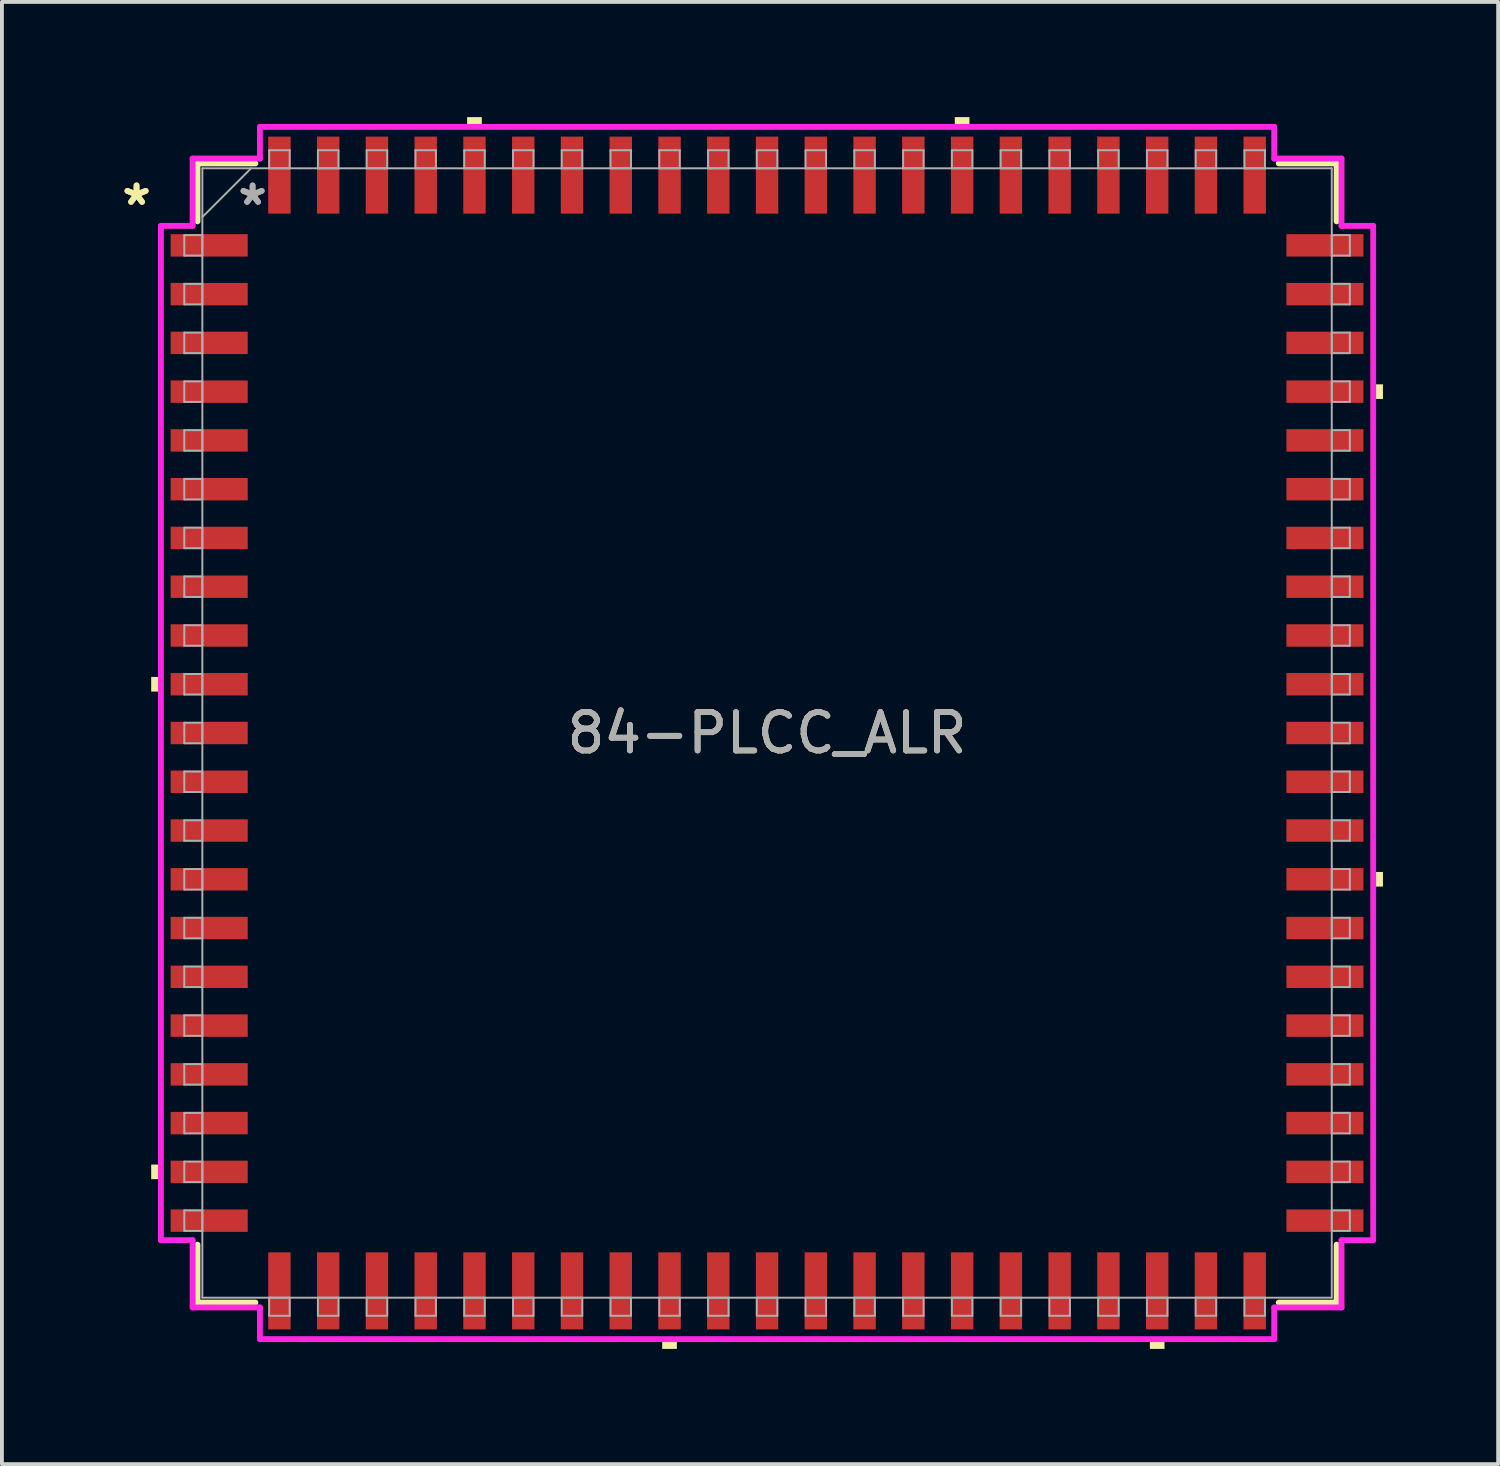
<source format=kicad_pcb>
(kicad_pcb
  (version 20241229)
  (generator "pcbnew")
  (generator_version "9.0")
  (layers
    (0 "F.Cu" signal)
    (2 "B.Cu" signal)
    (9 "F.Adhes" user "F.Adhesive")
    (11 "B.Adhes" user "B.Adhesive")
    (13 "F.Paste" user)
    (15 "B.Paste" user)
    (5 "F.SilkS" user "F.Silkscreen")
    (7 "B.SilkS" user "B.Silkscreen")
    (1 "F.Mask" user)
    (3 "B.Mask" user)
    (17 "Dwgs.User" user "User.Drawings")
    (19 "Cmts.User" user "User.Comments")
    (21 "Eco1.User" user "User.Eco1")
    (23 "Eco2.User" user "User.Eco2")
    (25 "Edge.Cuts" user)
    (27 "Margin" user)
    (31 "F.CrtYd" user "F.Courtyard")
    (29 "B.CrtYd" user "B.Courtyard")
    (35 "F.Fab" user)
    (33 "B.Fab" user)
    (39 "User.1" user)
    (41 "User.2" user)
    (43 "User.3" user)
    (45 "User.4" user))
  (footprint "84-PLCC_ALR"
    (layer "F.Cu")
    (at 16.927 16.04)
    (property "Reference" "84-PLCC_ALR" (at 0 0 0) (unlocked yes) (layer "F.SilkS") (effects (font (size 1 1) (thickness 0.15))))
    (attr smd)
    (fp_line (start -14.834 -14.834) (end -14.834 -13.325) (stroke (width 0.152) (type solid)) (layer "F.SilkS"))
    (fp_line (start -14.834 13.325) (end -14.834 14.834) (stroke (width 0.152) (type solid)) (layer "F.SilkS"))
    (fp_line (start -14.834 14.834) (end -13.325 14.834) (stroke (width 0.152) (type solid)) (layer "F.SilkS"))
    (fp_line (start -13.325 -14.834) (end -14.834 -14.834) (stroke (width 0.152) (type solid)) (layer "F.SilkS"))
    (fp_line (start 13.325 14.834) (end 14.834 14.834) (stroke (width 0.152) (type solid)) (layer "F.SilkS"))
    (fp_line (start 14.834 -14.834) (end 13.325 -14.834) (stroke (width 0.152) (type solid)) (layer "F.SilkS"))
    (fp_line (start 14.834 -13.325) (end 14.834 -14.834) (stroke (width 0.152) (type solid)) (layer "F.SilkS"))
    (fp_line (start 14.834 14.834) (end 14.834 13.325) (stroke (width 0.152) (type solid)) (layer "F.SilkS"))
    (fp_poly (pts (xy -16.04 -1.46) (xy -16.04 -1.079) (xy -15.786 -1.079) (xy -15.786 -1.46)) (stroke (width 0) (type solid)) (fill yes) (layer "F.SilkS"))
    (fp_poly (pts (xy -16.04 11.239) (xy -16.04 11.62) (xy -15.786 11.62) (xy -15.786 11.239)) (stroke (width 0) (type solid)) (fill yes) (layer "F.SilkS"))
    (fp_poly (pts (xy -7.811 -15.786) (xy -7.811 -16.04) (xy -7.429 -16.04) (xy -7.429 -15.786)) (stroke (width 0) (type solid)) (fill yes) (layer "F.SilkS"))
    (fp_poly (pts (xy -2.731 15.786) (xy -2.731 16.04) (xy -2.349 16.04) (xy -2.349 15.786)) (stroke (width 0) (type solid)) (fill yes) (layer "F.SilkS"))
    (fp_poly (pts (xy 4.889 -15.786) (xy 4.889 -16.04) (xy 5.271 -16.04) (xy 5.271 -15.786)) (stroke (width 0) (type solid)) (fill yes) (layer "F.SilkS"))
    (fp_poly (pts (xy 9.97 15.786) (xy 9.97 16.04) (xy 10.351 16.04) (xy 10.351 15.786)) (stroke (width 0) (type solid)) (fill yes) (layer "F.SilkS"))
    (fp_poly (pts (xy 16.04 -9.081) (xy 16.04 -8.7) (xy 15.786 -8.7) (xy 15.786 -9.081)) (stroke (width 0) (type solid)) (fill yes) (layer "F.SilkS"))
    (fp_poly (pts (xy 16.04 3.619) (xy 16.04 4) (xy 15.786 4) (xy 15.786 3.619)) (stroke (width 0) (type solid)) (fill yes) (layer "F.SilkS"))
    (fp_line (start -15.786 -13.208) (end -14.961 -13.208) (stroke (width 0.152) (type solid)) (layer "F.CrtYd"))
    (fp_line (start -15.786 13.208) (end -15.786 -13.208) (stroke (width 0.152) (type solid)) (layer "F.CrtYd"))
    (fp_line (start -15.786 13.208) (end -14.961 13.208) (stroke (width 0.152) (type solid)) (layer "F.CrtYd"))
    (fp_line (start -14.961 -14.961) (end -13.208 -14.961) (stroke (width 0.152) (type solid)) (layer "F.CrtYd"))
    (fp_line (start -14.961 -13.208) (end -14.961 -14.961) (stroke (width 0.152) (type solid)) (layer "F.CrtYd"))
    (fp_line (start -14.961 14.961) (end -14.961 13.208) (stroke (width 0.152) (type solid)) (layer "F.CrtYd"))
    (fp_line (start -13.208 -15.786) (end 13.208 -15.786) (stroke (width 0.152) (type solid)) (layer "F.CrtYd"))
    (fp_line (start -13.208 -14.961) (end -13.208 -15.786) (stroke (width 0.152) (type solid)) (layer "F.CrtYd"))
    (fp_line (start -13.208 14.961) (end -14.961 14.961) (stroke (width 0.152) (type solid)) (layer "F.CrtYd"))
    (fp_line (start -13.208 15.786) (end -13.208 14.961) (stroke (width 0.152) (type solid)) (layer "F.CrtYd"))
    (fp_line (start 13.208 -15.786) (end 13.208 -14.961) (stroke (width 0.152) (type solid)) (layer "F.CrtYd"))
    (fp_line (start 13.208 -14.961) (end 14.961 -14.961) (stroke (width 0.152) (type solid)) (layer "F.CrtYd"))
    (fp_line (start 13.208 14.961) (end 13.208 15.786) (stroke (width 0.152) (type solid)) (layer "F.CrtYd"))
    (fp_line (start 13.208 15.786) (end -13.208 15.786) (stroke (width 0.152) (type solid)) (layer "F.CrtYd"))
    (fp_line (start 14.961 -14.961) (end 14.961 -13.208) (stroke (width 0.152) (type solid)) (layer "F.CrtYd"))
    (fp_line (start 14.961 -13.208) (end 15.786 -13.208) (stroke (width 0.152) (type solid)) (layer "F.CrtYd"))
    (fp_line (start 14.961 13.208) (end 14.961 14.961) (stroke (width 0.152) (type solid)) (layer "F.CrtYd"))
    (fp_line (start 14.961 14.961) (end 13.208 14.961) (stroke (width 0.152) (type solid)) (layer "F.CrtYd"))
    (fp_line (start 15.786 -13.208) (end 15.786 13.208) (stroke (width 0.152) (type solid)) (layer "F.CrtYd"))
    (fp_line (start 15.786 13.208) (end 14.961 13.208) (stroke (width 0.152) (type solid)) (layer "F.CrtYd"))
    (fp_line (start -15.177 -12.967) (end -15.177 -12.433) (stroke (width 0.051) (type solid)) (layer "F.Fab"))
    (fp_line (start -15.177 -12.433) (end -14.707 -12.433) (stroke (width 0.051) (type solid)) (layer "F.Fab"))
    (fp_line (start -15.177 -11.697) (end -15.177 -11.163) (stroke (width 0.051) (type solid)) (layer "F.Fab"))
    (fp_line (start -15.177 -11.163) (end -14.707 -11.163) (stroke (width 0.051) (type solid)) (layer "F.Fab"))
    (fp_line (start -15.177 -10.427) (end -15.177 -9.893) (stroke (width 0.051) (type solid)) (layer "F.Fab"))
    (fp_line (start -15.177 -9.893) (end -14.707 -9.893) (stroke (width 0.051) (type solid)) (layer "F.Fab"))
    (fp_line (start -15.177 -9.157) (end -15.177 -8.623) (stroke (width 0.051) (type solid)) (layer "F.Fab"))
    (fp_line (start -15.177 -8.623) (end -14.707 -8.623) (stroke (width 0.051) (type solid)) (layer "F.Fab"))
    (fp_line (start -15.177 -7.887) (end -15.177 -7.353) (stroke (width 0.051) (type solid)) (layer "F.Fab"))
    (fp_line (start -15.177 -7.353) (end -14.707 -7.353) (stroke (width 0.051) (type solid)) (layer "F.Fab"))
    (fp_line (start -15.177 -6.617) (end -15.177 -6.083) (stroke (width 0.051) (type solid)) (layer "F.Fab"))
    (fp_line (start -15.177 -6.083) (end -14.707 -6.083) (stroke (width 0.051) (type solid)) (layer "F.Fab"))
    (fp_line (start -15.177 -5.347) (end -15.177 -4.813) (stroke (width 0.051) (type solid)) (layer "F.Fab"))
    (fp_line (start -15.177 -4.813) (end -14.707 -4.813) (stroke (width 0.051) (type solid)) (layer "F.Fab"))
    (fp_line (start -15.177 -4.077) (end -15.177 -3.543) (stroke (width 0.051) (type solid)) (layer "F.Fab"))
    (fp_line (start -15.177 -3.543) (end -14.707 -3.543) (stroke (width 0.051) (type solid)) (layer "F.Fab"))
    (fp_line (start -15.177 -2.807) (end -15.177 -2.273) (stroke (width 0.051) (type solid)) (layer "F.Fab"))
    (fp_line (start -15.177 -2.273) (end -14.707 -2.273) (stroke (width 0.051) (type solid)) (layer "F.Fab"))
    (fp_line (start -15.177 -1.537) (end -15.177 -1.003) (stroke (width 0.051) (type solid)) (layer "F.Fab"))
    (fp_line (start -15.177 -1.003) (end -14.707 -1.003) (stroke (width 0.051) (type solid)) (layer "F.Fab"))
    (fp_line (start -15.177 -0.267) (end -15.177 0.267) (stroke (width 0.051) (type solid)) (layer "F.Fab"))
    (fp_line (start -15.177 0.267) (end -14.707 0.267) (stroke (width 0.051) (type solid)) (layer "F.Fab"))
    (fp_line (start -15.177 1.003) (end -15.177 1.537) (stroke (width 0.051) (type solid)) (layer "F.Fab"))
    (fp_line (start -15.177 1.537) (end -14.707 1.537) (stroke (width 0.051) (type solid)) (layer "F.Fab"))
    (fp_line (start -15.177 2.273) (end -15.177 2.807) (stroke (width 0.051) (type solid)) (layer "F.Fab"))
    (fp_line (start -15.177 2.807) (end -14.707 2.807) (stroke (width 0.051) (type solid)) (layer "F.Fab"))
    (fp_line (start -15.177 3.543) (end -15.177 4.077) (stroke (width 0.051) (type solid)) (layer "F.Fab"))
    (fp_line (start -15.177 4.077) (end -14.707 4.077) (stroke (width 0.051) (type solid)) (layer "F.Fab"))
    (fp_line (start -15.177 4.813) (end -15.177 5.347) (stroke (width 0.051) (type solid)) (layer "F.Fab"))
    (fp_line (start -15.177 5.347) (end -14.707 5.347) (stroke (width 0.051) (type solid)) (layer "F.Fab"))
    (fp_line (start -15.177 6.083) (end -15.177 6.617) (stroke (width 0.051) (type solid)) (layer "F.Fab"))
    (fp_line (start -15.177 6.617) (end -14.707 6.617) (stroke (width 0.051) (type solid)) (layer "F.Fab"))
    (fp_line (start -15.177 7.353) (end -15.177 7.887) (stroke (width 0.051) (type solid)) (layer "F.Fab"))
    (fp_line (start -15.177 7.887) (end -14.707 7.887) (stroke (width 0.051) (type solid)) (layer "F.Fab"))
    (fp_line (start -15.177 8.623) (end -15.177 9.157) (stroke (width 0.051) (type solid)) (layer "F.Fab"))
    (fp_line (start -15.177 9.157) (end -14.707 9.157) (stroke (width 0.051) (type solid)) (layer "F.Fab"))
    (fp_line (start -15.177 9.893) (end -15.177 10.427) (stroke (width 0.051) (type solid)) (layer "F.Fab"))
    (fp_line (start -15.177 10.427) (end -14.707 10.427) (stroke (width 0.051) (type solid)) (layer "F.Fab"))
    (fp_line (start -15.177 11.163) (end -15.177 11.697) (stroke (width 0.051) (type solid)) (layer "F.Fab"))
    (fp_line (start -15.177 11.697) (end -14.707 11.697) (stroke (width 0.051) (type solid)) (layer "F.Fab"))
    (fp_line (start -15.177 12.433) (end -15.177 12.967) (stroke (width 0.051) (type solid)) (layer "F.Fab"))
    (fp_line (start -15.177 12.967) (end -14.707 12.967) (stroke (width 0.051) (type solid)) (layer "F.Fab"))
    (fp_line (start -14.707 -14.707) (end -14.707 14.707) (stroke (width 0.051) (type solid)) (layer "F.Fab"))
    (fp_line (start -14.707 -13.437) (end -13.437 -14.707) (stroke (width 0.051) (type solid)) (layer "F.Fab"))
    (fp_line (start -14.707 -12.967) (end -15.177 -12.967) (stroke (width 0.051) (type solid)) (layer "F.Fab"))
    (fp_line (start -14.707 -12.433) (end -14.707 -12.967) (stroke (width 0.051) (type solid)) (layer "F.Fab"))
    (fp_line (start -14.707 -11.697) (end -15.177 -11.697) (stroke (width 0.051) (type solid)) (layer "F.Fab"))
    (fp_line (start -14.707 -11.163) (end -14.707 -11.697) (stroke (width 0.051) (type solid)) (layer "F.Fab"))
    (fp_line (start -14.707 -10.427) (end -15.177 -10.427) (stroke (width 0.051) (type solid)) (layer "F.Fab"))
    (fp_line (start -14.707 -9.893) (end -14.707 -10.427) (stroke (width 0.051) (type solid)) (layer "F.Fab"))
    (fp_line (start -14.707 -9.157) (end -15.177 -9.157) (stroke (width 0.051) (type solid)) (layer "F.Fab"))
    (fp_line (start -14.707 -8.623) (end -14.707 -9.157) (stroke (width 0.051) (type solid)) (layer "F.Fab"))
    (fp_line (start -14.707 -7.887) (end -15.177 -7.887) (stroke (width 0.051) (type solid)) (layer "F.Fab"))
    (fp_line (start -14.707 -7.353) (end -14.707 -7.887) (stroke (width 0.051) (type solid)) (layer "F.Fab"))
    (fp_line (start -14.707 -6.617) (end -15.177 -6.617) (stroke (width 0.051) (type solid)) (layer "F.Fab"))
    (fp_line (start -14.707 -6.083) (end -14.707 -6.617) (stroke (width 0.051) (type solid)) (layer "F.Fab"))
    (fp_line (start -14.707 -5.347) (end -15.177 -5.347) (stroke (width 0.051) (type solid)) (layer "F.Fab"))
    (fp_line (start -14.707 -4.813) (end -14.707 -5.347) (stroke (width 0.051) (type solid)) (layer "F.Fab"))
    (fp_line (start -14.707 -4.077) (end -15.177 -4.077) (stroke (width 0.051) (type solid)) (layer "F.Fab"))
    (fp_line (start -14.707 -3.543) (end -14.707 -4.077) (stroke (width 0.051) (type solid)) (layer "F.Fab"))
    (fp_line (start -14.707 -2.807) (end -15.177 -2.807) (stroke (width 0.051) (type solid)) (layer "F.Fab"))
    (fp_line (start -14.707 -2.273) (end -14.707 -2.807) (stroke (width 0.051) (type solid)) (layer "F.Fab"))
    (fp_line (start -14.707 -1.537) (end -15.177 -1.537) (stroke (width 0.051) (type solid)) (layer "F.Fab"))
    (fp_line (start -14.707 -1.003) (end -14.707 -1.537) (stroke (width 0.051) (type solid)) (layer "F.Fab"))
    (fp_line (start -14.707 -0.267) (end -15.177 -0.267) (stroke (width 0.051) (type solid)) (layer "F.Fab"))
    (fp_line (start -14.707 0.267) (end -14.707 -0.267) (stroke (width 0.051) (type solid)) (layer "F.Fab"))
    (fp_line (start -14.707 1.003) (end -15.177 1.003) (stroke (width 0.051) (type solid)) (layer "F.Fab"))
    (fp_line (start -14.707 1.537) (end -14.707 1.003) (stroke (width 0.051) (type solid)) (layer "F.Fab"))
    (fp_line (start -14.707 2.273) (end -15.177 2.273) (stroke (width 0.051) (type solid)) (layer "F.Fab"))
    (fp_line (start -14.707 2.807) (end -14.707 2.273) (stroke (width 0.051) (type solid)) (layer "F.Fab"))
    (fp_line (start -14.707 3.543) (end -15.177 3.543) (stroke (width 0.051) (type solid)) (layer "F.Fab"))
    (fp_line (start -14.707 4.077) (end -14.707 3.543) (stroke (width 0.051) (type solid)) (layer "F.Fab"))
    (fp_line (start -14.707 4.813) (end -15.177 4.813) (stroke (width 0.051) (type solid)) (layer "F.Fab"))
    (fp_line (start -14.707 5.347) (end -14.707 4.813) (stroke (width 0.051) (type solid)) (layer "F.Fab"))
    (fp_line (start -14.707 6.083) (end -15.177 6.083) (stroke (width 0.051) (type solid)) (layer "F.Fab"))
    (fp_line (start -14.707 6.617) (end -14.707 6.083) (stroke (width 0.051) (type solid)) (layer "F.Fab"))
    (fp_line (start -14.707 7.353) (end -15.177 7.353) (stroke (width 0.051) (type solid)) (layer "F.Fab"))
    (fp_line (start -14.707 7.887) (end -14.707 7.353) (stroke (width 0.051) (type solid)) (layer "F.Fab"))
    (fp_line (start -14.707 8.623) (end -15.177 8.623) (stroke (width 0.051) (type solid)) (layer "F.Fab"))
    (fp_line (start -14.707 9.157) (end -14.707 8.623) (stroke (width 0.051) (type solid)) (layer "F.Fab"))
    (fp_line (start -14.707 9.893) (end -15.177 9.893) (stroke (width 0.051) (type solid)) (layer "F.Fab"))
    (fp_line (start -14.707 10.427) (end -14.707 9.893) (stroke (width 0.051) (type solid)) (layer "F.Fab"))
    (fp_line (start -14.707 11.163) (end -15.177 11.163) (stroke (width 0.051) (type solid)) (layer "F.Fab"))
    (fp_line (start -14.707 11.697) (end -14.707 11.163) (stroke (width 0.051) (type solid)) (layer "F.Fab"))
    (fp_line (start -14.707 12.433) (end -15.177 12.433) (stroke (width 0.051) (type solid)) (layer "F.Fab"))
    (fp_line (start -14.707 12.967) (end -14.707 12.433) (stroke (width 0.051) (type solid)) (layer "F.Fab"))
    (fp_line (start -14.707 14.707) (end 14.707 14.707) (stroke (width 0.051) (type solid)) (layer "F.Fab"))
    (fp_line (start -12.967 -15.177) (end -12.967 -14.707) (stroke (width 0.051) (type solid)) (layer "F.Fab"))
    (fp_line (start -12.967 -14.707) (end -12.433 -14.707) (stroke (width 0.051) (type solid)) (layer "F.Fab"))
    (fp_line (start -12.967 14.707) (end -12.967 15.177) (stroke (width 0.051) (type solid)) (layer "F.Fab"))
    (fp_line (start -12.967 15.177) (end -12.433 15.177) (stroke (width 0.051) (type solid)) (layer "F.Fab"))
    (fp_line (start -12.433 -15.177) (end -12.967 -15.177) (stroke (width 0.051) (type solid)) (layer "F.Fab"))
    (fp_line (start -12.433 -14.707) (end -12.433 -15.177) (stroke (width 0.051) (type solid)) (layer "F.Fab"))
    (fp_line (start -12.433 14.707) (end -12.967 14.707) (stroke (width 0.051) (type solid)) (layer "F.Fab"))
    (fp_line (start -12.433 15.177) (end -12.433 14.707) (stroke (width 0.051) (type solid)) (layer "F.Fab"))
    (fp_line (start -11.697 -15.177) (end -11.697 -14.707) (stroke (width 0.051) (type solid)) (layer "F.Fab"))
    (fp_line (start -11.697 -14.707) (end -11.163 -14.707) (stroke (width 0.051) (type solid)) (layer "F.Fab"))
    (fp_line (start -11.697 14.707) (end -11.697 15.177) (stroke (width 0.051) (type solid)) (layer "F.Fab"))
    (fp_line (start -11.697 15.177) (end -11.163 15.177) (stroke (width 0.051) (type solid)) (layer "F.Fab"))
    (fp_line (start -11.163 -15.177) (end -11.697 -15.177) (stroke (width 0.051) (type solid)) (layer "F.Fab"))
    (fp_line (start -11.163 -14.707) (end -11.163 -15.177) (stroke (width 0.051) (type solid)) (layer "F.Fab"))
    (fp_line (start -11.163 14.707) (end -11.697 14.707) (stroke (width 0.051) (type solid)) (layer "F.Fab"))
    (fp_line (start -11.163 15.177) (end -11.163 14.707) (stroke (width 0.051) (type solid)) (layer "F.Fab"))
    (fp_line (start -10.427 -15.177) (end -10.427 -14.707) (stroke (width 0.051) (type solid)) (layer "F.Fab"))
    (fp_line (start -10.427 -14.707) (end -9.893 -14.707) (stroke (width 0.051) (type solid)) (layer "F.Fab"))
    (fp_line (start -10.427 14.707) (end -10.427 15.177) (stroke (width 0.051) (type solid)) (layer "F.Fab"))
    (fp_line (start -10.427 15.177) (end -9.893 15.177) (stroke (width 0.051) (type solid)) (layer "F.Fab"))
    (fp_line (start -9.893 -15.177) (end -10.427 -15.177) (stroke (width 0.051) (type solid)) (layer "F.Fab"))
    (fp_line (start -9.893 -14.707) (end -9.893 -15.177) (stroke (width 0.051) (type solid)) (layer "F.Fab"))
    (fp_line (start -9.893 14.707) (end -10.427 14.707) (stroke (width 0.051) (type solid)) (layer "F.Fab"))
    (fp_line (start -9.893 15.177) (end -9.893 14.707) (stroke (width 0.051) (type solid)) (layer "F.Fab"))
    (fp_line (start -9.157 -15.177) (end -9.157 -14.707) (stroke (width 0.051) (type solid)) (layer "F.Fab"))
    (fp_line (start -9.157 -14.707) (end -8.623 -14.707) (stroke (width 0.051) (type solid)) (layer "F.Fab"))
    (fp_line (start -9.157 14.707) (end -9.157 15.177) (stroke (width 0.051) (type solid)) (layer "F.Fab"))
    (fp_line (start -9.157 15.177) (end -8.623 15.177) (stroke (width 0.051) (type solid)) (layer "F.Fab"))
    (fp_line (start -8.623 -15.177) (end -9.157 -15.177) (stroke (width 0.051) (type solid)) (layer "F.Fab"))
    (fp_line (start -8.623 -14.707) (end -8.623 -15.177) (stroke (width 0.051) (type solid)) (layer "F.Fab"))
    (fp_line (start -8.623 14.707) (end -9.157 14.707) (stroke (width 0.051) (type solid)) (layer "F.Fab"))
    (fp_line (start -8.623 15.177) (end -8.623 14.707) (stroke (width 0.051) (type solid)) (layer "F.Fab"))
    (fp_line (start -7.887 -15.177) (end -7.887 -14.707) (stroke (width 0.051) (type solid)) (layer "F.Fab"))
    (fp_line (start -7.887 -14.707) (end -7.353 -14.707) (stroke (width 0.051) (type solid)) (layer "F.Fab"))
    (fp_line (start -7.887 14.707) (end -7.887 15.177) (stroke (width 0.051) (type solid)) (layer "F.Fab"))
    (fp_line (start -7.887 15.177) (end -7.353 15.177) (stroke (width 0.051) (type solid)) (layer "F.Fab"))
    (fp_line (start -7.353 -15.177) (end -7.887 -15.177) (stroke (width 0.051) (type solid)) (layer "F.Fab"))
    (fp_line (start -7.353 -14.707) (end -7.353 -15.177) (stroke (width 0.051) (type solid)) (layer "F.Fab"))
    (fp_line (start -7.353 14.707) (end -7.887 14.707) (stroke (width 0.051) (type solid)) (layer "F.Fab"))
    (fp_line (start -7.353 15.177) (end -7.353 14.707) (stroke (width 0.051) (type solid)) (layer "F.Fab"))
    (fp_line (start -6.617 -15.177) (end -6.617 -14.707) (stroke (width 0.051) (type solid)) (layer "F.Fab"))
    (fp_line (start -6.617 -14.707) (end -6.083 -14.707) (stroke (width 0.051) (type solid)) (layer "F.Fab"))
    (fp_line (start -6.617 14.707) (end -6.617 15.177) (stroke (width 0.051) (type solid)) (layer "F.Fab"))
    (fp_line (start -6.617 15.177) (end -6.083 15.177) (stroke (width 0.051) (type solid)) (layer "F.Fab"))
    (fp_line (start -6.083 -15.177) (end -6.617 -15.177) (stroke (width 0.051) (type solid)) (layer "F.Fab"))
    (fp_line (start -6.083 -14.707) (end -6.083 -15.177) (stroke (width 0.051) (type solid)) (layer "F.Fab"))
    (fp_line (start -6.083 14.707) (end -6.617 14.707) (stroke (width 0.051) (type solid)) (layer "F.Fab"))
    (fp_line (start -6.083 15.177) (end -6.083 14.707) (stroke (width 0.051) (type solid)) (layer "F.Fab"))
    (fp_line (start -5.347 -15.177) (end -5.347 -14.707) (stroke (width 0.051) (type solid)) (layer "F.Fab"))
    (fp_line (start -5.347 -14.707) (end -4.813 -14.707) (stroke (width 0.051) (type solid)) (layer "F.Fab"))
    (fp_line (start -5.347 14.707) (end -5.347 15.177) (stroke (width 0.051) (type solid)) (layer "F.Fab"))
    (fp_line (start -5.347 15.177) (end -4.813 15.177) (stroke (width 0.051) (type solid)) (layer "F.Fab"))
    (fp_line (start -4.813 -15.177) (end -5.347 -15.177) (stroke (width 0.051) (type solid)) (layer "F.Fab"))
    (fp_line (start -4.813 -14.707) (end -4.813 -15.177) (stroke (width 0.051) (type solid)) (layer "F.Fab"))
    (fp_line (start -4.813 14.707) (end -5.347 14.707) (stroke (width 0.051) (type solid)) (layer "F.Fab"))
    (fp_line (start -4.813 15.177) (end -4.813 14.707) (stroke (width 0.051) (type solid)) (layer "F.Fab"))
    (fp_line (start -4.077 -15.177) (end -4.077 -14.707) (stroke (width 0.051) (type solid)) (layer "F.Fab"))
    (fp_line (start -4.077 -14.707) (end -3.543 -14.707) (stroke (width 0.051) (type solid)) (layer "F.Fab"))
    (fp_line (start -4.077 14.707) (end -4.077 15.177) (stroke (width 0.051) (type solid)) (layer "F.Fab"))
    (fp_line (start -4.077 15.177) (end -3.543 15.177) (stroke (width 0.051) (type solid)) (layer "F.Fab"))
    (fp_line (start -3.543 -15.177) (end -4.077 -15.177) (stroke (width 0.051) (type solid)) (layer "F.Fab"))
    (fp_line (start -3.543 -14.707) (end -3.543 -15.177) (stroke (width 0.051) (type solid)) (layer "F.Fab"))
    (fp_line (start -3.543 14.707) (end -4.077 14.707) (stroke (width 0.051) (type solid)) (layer "F.Fab"))
    (fp_line (start -3.543 15.177) (end -3.543 14.707) (stroke (width 0.051) (type solid)) (layer "F.Fab"))
    (fp_line (start -2.807 -15.177) (end -2.807 -14.707) (stroke (width 0.051) (type solid)) (layer "F.Fab"))
    (fp_line (start -2.807 -14.707) (end -2.273 -14.707) (stroke (width 0.051) (type solid)) (layer "F.Fab"))
    (fp_line (start -2.807 14.707) (end -2.807 15.177) (stroke (width 0.051) (type solid)) (layer "F.Fab"))
    (fp_line (start -2.807 15.177) (end -2.273 15.177) (stroke (width 0.051) (type solid)) (layer "F.Fab"))
    (fp_line (start -2.273 -15.177) (end -2.807 -15.177) (stroke (width 0.051) (type solid)) (layer "F.Fab"))
    (fp_line (start -2.273 -14.707) (end -2.273 -15.177) (stroke (width 0.051) (type solid)) (layer "F.Fab"))
    (fp_line (start -2.273 14.707) (end -2.807 14.707) (stroke (width 0.051) (type solid)) (layer "F.Fab"))
    (fp_line (start -2.273 15.177) (end -2.273 14.707) (stroke (width 0.051) (type solid)) (layer "F.Fab"))
    (fp_line (start -1.537 -15.177) (end -1.537 -14.707) (stroke (width 0.051) (type solid)) (layer "F.Fab"))
    (fp_line (start -1.537 -14.707) (end -1.003 -14.707) (stroke (width 0.051) (type solid)) (layer "F.Fab"))
    (fp_line (start -1.537 14.707) (end -1.537 15.177) (stroke (width 0.051) (type solid)) (layer "F.Fab"))
    (fp_line (start -1.537 15.177) (end -1.003 15.177) (stroke (width 0.051) (type solid)) (layer "F.Fab"))
    (fp_line (start -1.003 -15.177) (end -1.537 -15.177) (stroke (width 0.051) (type solid)) (layer "F.Fab"))
    (fp_line (start -1.003 -14.707) (end -1.003 -15.177) (stroke (width 0.051) (type solid)) (layer "F.Fab"))
    (fp_line (start -1.003 14.707) (end -1.537 14.707) (stroke (width 0.051) (type solid)) (layer "F.Fab"))
    (fp_line (start -1.003 15.177) (end -1.003 14.707) (stroke (width 0.051) (type solid)) (layer "F.Fab"))
    (fp_line (start -0.267 -15.177) (end -0.267 -14.707) (stroke (width 0.051) (type solid)) (layer "F.Fab"))
    (fp_line (start -0.267 -14.707) (end 0.267 -14.707) (stroke (width 0.051) (type solid)) (layer "F.Fab"))
    (fp_line (start -0.267 14.707) (end -0.267 15.177) (stroke (width 0.051) (type solid)) (layer "F.Fab"))
    (fp_line (start -0.267 15.177) (end 0.267 15.177) (stroke (width 0.051) (type solid)) (layer "F.Fab"))
    (fp_line (start 0.267 -15.177) (end -0.267 -15.177) (stroke (width 0.051) (type solid)) (layer "F.Fab"))
    (fp_line (start 0.267 -14.707) (end 0.267 -15.177) (stroke (width 0.051) (type solid)) (layer "F.Fab"))
    (fp_line (start 0.267 14.707) (end -0.267 14.707) (stroke (width 0.051) (type solid)) (layer "F.Fab"))
    (fp_line (start 0.267 15.177) (end 0.267 14.707) (stroke (width 0.051) (type solid)) (layer "F.Fab"))
    (fp_line (start 1.003 -15.177) (end 1.003 -14.707) (stroke (width 0.051) (type solid)) (layer "F.Fab"))
    (fp_line (start 1.003 -14.707) (end 1.537 -14.707) (stroke (width 0.051) (type solid)) (layer "F.Fab"))
    (fp_line (start 1.003 14.707) (end 1.003 15.177) (stroke (width 0.051) (type solid)) (layer "F.Fab"))
    (fp_line (start 1.003 15.177) (end 1.537 15.177) (stroke (width 0.051) (type solid)) (layer "F.Fab"))
    (fp_line (start 1.537 -15.177) (end 1.003 -15.177) (stroke (width 0.051) (type solid)) (layer "F.Fab"))
    (fp_line (start 1.537 -14.707) (end 1.537 -15.177) (stroke (width 0.051) (type solid)) (layer "F.Fab"))
    (fp_line (start 1.537 14.707) (end 1.003 14.707) (stroke (width 0.051) (type solid)) (layer "F.Fab"))
    (fp_line (start 1.537 15.177) (end 1.537 14.707) (stroke (width 0.051) (type solid)) (layer "F.Fab"))
    (fp_line (start 2.273 -15.177) (end 2.273 -14.707) (stroke (width 0.051) (type solid)) (layer "F.Fab"))
    (fp_line (start 2.273 -14.707) (end 2.807 -14.707) (stroke (width 0.051) (type solid)) (layer "F.Fab"))
    (fp_line (start 2.273 14.707) (end 2.273 15.177) (stroke (width 0.051) (type solid)) (layer "F.Fab"))
    (fp_line (start 2.273 15.177) (end 2.807 15.177) (stroke (width 0.051) (type solid)) (layer "F.Fab"))
    (fp_line (start 2.807 -15.177) (end 2.273 -15.177) (stroke (width 0.051) (type solid)) (layer "F.Fab"))
    (fp_line (start 2.807 -14.707) (end 2.807 -15.177) (stroke (width 0.051) (type solid)) (layer "F.Fab"))
    (fp_line (start 2.807 14.707) (end 2.273 14.707) (stroke (width 0.051) (type solid)) (layer "F.Fab"))
    (fp_line (start 2.807 15.177) (end 2.807 14.707) (stroke (width 0.051) (type solid)) (layer "F.Fab"))
    (fp_line (start 3.543 -15.177) (end 3.543 -14.707) (stroke (width 0.051) (type solid)) (layer "F.Fab"))
    (fp_line (start 3.543 -14.707) (end 4.077 -14.707) (stroke (width 0.051) (type solid)) (layer "F.Fab"))
    (fp_line (start 3.543 14.707) (end 3.543 15.177) (stroke (width 0.051) (type solid)) (layer "F.Fab"))
    (fp_line (start 3.543 15.177) (end 4.077 15.177) (stroke (width 0.051) (type solid)) (layer "F.Fab"))
    (fp_line (start 4.077 -15.177) (end 3.543 -15.177) (stroke (width 0.051) (type solid)) (layer "F.Fab"))
    (fp_line (start 4.077 -14.707) (end 4.077 -15.177) (stroke (width 0.051) (type solid)) (layer "F.Fab"))
    (fp_line (start 4.077 14.707) (end 3.543 14.707) (stroke (width 0.051) (type solid)) (layer "F.Fab"))
    (fp_line (start 4.077 15.177) (end 4.077 14.707) (stroke (width 0.051) (type solid)) (layer "F.Fab"))
    (fp_line (start 4.813 -15.177) (end 4.813 -14.707) (stroke (width 0.051) (type solid)) (layer "F.Fab"))
    (fp_line (start 4.813 -14.707) (end 5.347 -14.707) (stroke (width 0.051) (type solid)) (layer "F.Fab"))
    (fp_line (start 4.813 14.707) (end 4.813 15.177) (stroke (width 0.051) (type solid)) (layer "F.Fab"))
    (fp_line (start 4.813 15.177) (end 5.347 15.177) (stroke (width 0.051) (type solid)) (layer "F.Fab"))
    (fp_line (start 5.347 -15.177) (end 4.813 -15.177) (stroke (width 0.051) (type solid)) (layer "F.Fab"))
    (fp_line (start 5.347 -14.707) (end 5.347 -15.177) (stroke (width 0.051) (type solid)) (layer "F.Fab"))
    (fp_line (start 5.347 14.707) (end 4.813 14.707) (stroke (width 0.051) (type solid)) (layer "F.Fab"))
    (fp_line (start 5.347 15.177) (end 5.347 14.707) (stroke (width 0.051) (type solid)) (layer "F.Fab"))
    (fp_line (start 6.083 -15.177) (end 6.083 -14.707) (stroke (width 0.051) (type solid)) (layer "F.Fab"))
    (fp_line (start 6.083 -14.707) (end 6.617 -14.707) (stroke (width 0.051) (type solid)) (layer "F.Fab"))
    (fp_line (start 6.083 14.707) (end 6.083 15.177) (stroke (width 0.051) (type solid)) (layer "F.Fab"))
    (fp_line (start 6.083 15.177) (end 6.617 15.177) (stroke (width 0.051) (type solid)) (layer "F.Fab"))
    (fp_line (start 6.617 -15.177) (end 6.083 -15.177) (stroke (width 0.051) (type solid)) (layer "F.Fab"))
    (fp_line (start 6.617 -14.707) (end 6.617 -15.177) (stroke (width 0.051) (type solid)) (layer "F.Fab"))
    (fp_line (start 6.617 14.707) (end 6.083 14.707) (stroke (width 0.051) (type solid)) (layer "F.Fab"))
    (fp_line (start 6.617 15.177) (end 6.617 14.707) (stroke (width 0.051) (type solid)) (layer "F.Fab"))
    (fp_line (start 7.353 -15.177) (end 7.353 -14.707) (stroke (width 0.051) (type solid)) (layer "F.Fab"))
    (fp_line (start 7.353 -14.707) (end 7.887 -14.707) (stroke (width 0.051) (type solid)) (layer "F.Fab"))
    (fp_line (start 7.353 14.707) (end 7.353 15.177) (stroke (width 0.051) (type solid)) (layer "F.Fab"))
    (fp_line (start 7.353 15.177) (end 7.887 15.177) (stroke (width 0.051) (type solid)) (layer "F.Fab"))
    (fp_line (start 7.887 -15.177) (end 7.353 -15.177) (stroke (width 0.051) (type solid)) (layer "F.Fab"))
    (fp_line (start 7.887 -14.707) (end 7.887 -15.177) (stroke (width 0.051) (type solid)) (layer "F.Fab"))
    (fp_line (start 7.887 14.707) (end 7.353 14.707) (stroke (width 0.051) (type solid)) (layer "F.Fab"))
    (fp_line (start 7.887 15.177) (end 7.887 14.707) (stroke (width 0.051) (type solid)) (layer "F.Fab"))
    (fp_line (start 8.623 -15.177) (end 8.623 -14.707) (stroke (width 0.051) (type solid)) (layer "F.Fab"))
    (fp_line (start 8.623 -14.707) (end 9.157 -14.707) (stroke (width 0.051) (type solid)) (layer "F.Fab"))
    (fp_line (start 8.623 14.707) (end 8.623 15.177) (stroke (width 0.051) (type solid)) (layer "F.Fab"))
    (fp_line (start 8.623 15.177) (end 9.157 15.177) (stroke (width 0.051) (type solid)) (layer "F.Fab"))
    (fp_line (start 9.157 -15.177) (end 8.623 -15.177) (stroke (width 0.051) (type solid)) (layer "F.Fab"))
    (fp_line (start 9.157 -14.707) (end 9.157 -15.177) (stroke (width 0.051) (type solid)) (layer "F.Fab"))
    (fp_line (start 9.157 14.707) (end 8.623 14.707) (stroke (width 0.051) (type solid)) (layer "F.Fab"))
    (fp_line (start 9.157 15.177) (end 9.157 14.707) (stroke (width 0.051) (type solid)) (layer "F.Fab"))
    (fp_line (start 9.893 -15.177) (end 9.893 -14.707) (stroke (width 0.051) (type solid)) (layer "F.Fab"))
    (fp_line (start 9.893 -14.707) (end 10.427 -14.707) (stroke (width 0.051) (type solid)) (layer "F.Fab"))
    (fp_line (start 9.893 14.707) (end 9.893 15.177) (stroke (width 0.051) (type solid)) (layer "F.Fab"))
    (fp_line (start 9.893 15.177) (end 10.427 15.177) (stroke (width 0.051) (type solid)) (layer "F.Fab"))
    (fp_line (start 10.427 -15.177) (end 9.893 -15.177) (stroke (width 0.051) (type solid)) (layer "F.Fab"))
    (fp_line (start 10.427 -14.707) (end 10.427 -15.177) (stroke (width 0.051) (type solid)) (layer "F.Fab"))
    (fp_line (start 10.427 14.707) (end 9.893 14.707) (stroke (width 0.051) (type solid)) (layer "F.Fab"))
    (fp_line (start 10.427 15.177) (end 10.427 14.707) (stroke (width 0.051) (type solid)) (layer "F.Fab"))
    (fp_line (start 11.163 -15.177) (end 11.163 -14.707) (stroke (width 0.051) (type solid)) (layer "F.Fab"))
    (fp_line (start 11.163 -14.707) (end 11.697 -14.707) (stroke (width 0.051) (type solid)) (layer "F.Fab"))
    (fp_line (start 11.163 14.707) (end 11.163 15.177) (stroke (width 0.051) (type solid)) (layer "F.Fab"))
    (fp_line (start 11.163 15.177) (end 11.697 15.177) (stroke (width 0.051) (type solid)) (layer "F.Fab"))
    (fp_line (start 11.697 -15.177) (end 11.163 -15.177) (stroke (width 0.051) (type solid)) (layer "F.Fab"))
    (fp_line (start 11.697 -14.707) (end 11.697 -15.177) (stroke (width 0.051) (type solid)) (layer "F.Fab"))
    (fp_line (start 11.697 14.707) (end 11.163 14.707) (stroke (width 0.051) (type solid)) (layer "F.Fab"))
    (fp_line (start 11.697 15.177) (end 11.697 14.707) (stroke (width 0.051) (type solid)) (layer "F.Fab"))
    (fp_line (start 12.433 -15.177) (end 12.433 -14.707) (stroke (width 0.051) (type solid)) (layer "F.Fab"))
    (fp_line (start 12.433 -14.707) (end 12.967 -14.707) (stroke (width 0.051) (type solid)) (layer "F.Fab"))
    (fp_line (start 12.433 14.707) (end 12.433 15.177) (stroke (width 0.051) (type solid)) (layer "F.Fab"))
    (fp_line (start 12.433 15.177) (end 12.967 15.177) (stroke (width 0.051) (type solid)) (layer "F.Fab"))
    (fp_line (start 12.967 -15.177) (end 12.433 -15.177) (stroke (width 0.051) (type solid)) (layer "F.Fab"))
    (fp_line (start 12.967 -14.707) (end 12.967 -15.177) (stroke (width 0.051) (type solid)) (layer "F.Fab"))
    (fp_line (start 12.967 14.707) (end 12.433 14.707) (stroke (width 0.051) (type solid)) (layer "F.Fab"))
    (fp_line (start 12.967 15.177) (end 12.967 14.707) (stroke (width 0.051) (type solid)) (layer "F.Fab"))
    (fp_line (start 14.707 -14.707) (end -14.707 -14.707) (stroke (width 0.051) (type solid)) (layer "F.Fab"))
    (fp_line (start 14.707 -12.967) (end 14.707 -12.433) (stroke (width 0.051) (type solid)) (layer "F.Fab"))
    (fp_line (start 14.707 -12.433) (end 15.177 -12.433) (stroke (width 0.051) (type solid)) (layer "F.Fab"))
    (fp_line (start 14.707 -11.697) (end 14.707 -11.163) (stroke (width 0.051) (type solid)) (layer "F.Fab"))
    (fp_line (start 14.707 -11.163) (end 15.177 -11.163) (stroke (width 0.051) (type solid)) (layer "F.Fab"))
    (fp_line (start 14.707 -10.427) (end 14.707 -9.893) (stroke (width 0.051) (type solid)) (layer "F.Fab"))
    (fp_line (start 14.707 -9.893) (end 15.177 -9.893) (stroke (width 0.051) (type solid)) (layer "F.Fab"))
    (fp_line (start 14.707 -9.157) (end 14.707 -8.623) (stroke (width 0.051) (type solid)) (layer "F.Fab"))
    (fp_line (start 14.707 -8.623) (end 15.177 -8.623) (stroke (width 0.051) (type solid)) (layer "F.Fab"))
    (fp_line (start 14.707 -7.887) (end 14.707 -7.353) (stroke (width 0.051) (type solid)) (layer "F.Fab"))
    (fp_line (start 14.707 -7.353) (end 15.177 -7.353) (stroke (width 0.051) (type solid)) (layer "F.Fab"))
    (fp_line (start 14.707 -6.617) (end 14.707 -6.083) (stroke (width 0.051) (type solid)) (layer "F.Fab"))
    (fp_line (start 14.707 -6.083) (end 15.177 -6.083) (stroke (width 0.051) (type solid)) (layer "F.Fab"))
    (fp_line (start 14.707 -5.347) (end 14.707 -4.813) (stroke (width 0.051) (type solid)) (layer "F.Fab"))
    (fp_line (start 14.707 -4.813) (end 15.177 -4.813) (stroke (width 0.051) (type solid)) (layer "F.Fab"))
    (fp_line (start 14.707 -4.077) (end 14.707 -3.543) (stroke (width 0.051) (type solid)) (layer "F.Fab"))
    (fp_line (start 14.707 -3.543) (end 15.177 -3.543) (stroke (width 0.051) (type solid)) (layer "F.Fab"))
    (fp_line (start 14.707 -2.807) (end 14.707 -2.273) (stroke (width 0.051) (type solid)) (layer "F.Fab"))
    (fp_line (start 14.707 -2.273) (end 15.177 -2.273) (stroke (width 0.051) (type solid)) (layer "F.Fab"))
    (fp_line (start 14.707 -1.537) (end 14.707 -1.003) (stroke (width 0.051) (type solid)) (layer "F.Fab"))
    (fp_line (start 14.707 -1.003) (end 15.177 -1.003) (stroke (width 0.051) (type solid)) (layer "F.Fab"))
    (fp_line (start 14.707 -0.267) (end 14.707 0.267) (stroke (width 0.051) (type solid)) (layer "F.Fab"))
    (fp_line (start 14.707 0.267) (end 15.177 0.267) (stroke (width 0.051) (type solid)) (layer "F.Fab"))
    (fp_line (start 14.707 1.003) (end 14.707 1.537) (stroke (width 0.051) (type solid)) (layer "F.Fab"))
    (fp_line (start 14.707 1.537) (end 15.177 1.537) (stroke (width 0.051) (type solid)) (layer "F.Fab"))
    (fp_line (start 14.707 2.273) (end 14.707 2.807) (stroke (width 0.051) (type solid)) (layer "F.Fab"))
    (fp_line (start 14.707 2.807) (end 15.177 2.807) (stroke (width 0.051) (type solid)) (layer "F.Fab"))
    (fp_line (start 14.707 3.543) (end 14.707 4.077) (stroke (width 0.051) (type solid)) (layer "F.Fab"))
    (fp_line (start 14.707 4.077) (end 15.177 4.077) (stroke (width 0.051) (type solid)) (layer "F.Fab"))
    (fp_line (start 14.707 4.813) (end 14.707 5.347) (stroke (width 0.051) (type solid)) (layer "F.Fab"))
    (fp_line (start 14.707 5.347) (end 15.177 5.347) (stroke (width 0.051) (type solid)) (layer "F.Fab"))
    (fp_line (start 14.707 6.083) (end 14.707 6.617) (stroke (width 0.051) (type solid)) (layer "F.Fab"))
    (fp_line (start 14.707 6.617) (end 15.177 6.617) (stroke (width 0.051) (type solid)) (layer "F.Fab"))
    (fp_line (start 14.707 7.353) (end 14.707 7.887) (stroke (width 0.051) (type solid)) (layer "F.Fab"))
    (fp_line (start 14.707 7.887) (end 15.177 7.887) (stroke (width 0.051) (type solid)) (layer "F.Fab"))
    (fp_line (start 14.707 8.623) (end 14.707 9.157) (stroke (width 0.051) (type solid)) (layer "F.Fab"))
    (fp_line (start 14.707 9.157) (end 15.177 9.157) (stroke (width 0.051) (type solid)) (layer "F.Fab"))
    (fp_line (start 14.707 9.893) (end 14.707 10.427) (stroke (width 0.051) (type solid)) (layer "F.Fab"))
    (fp_line (start 14.707 10.427) (end 15.177 10.427) (stroke (width 0.051) (type solid)) (layer "F.Fab"))
    (fp_line (start 14.707 11.163) (end 14.707 11.697) (stroke (width 0.051) (type solid)) (layer "F.Fab"))
    (fp_line (start 14.707 11.697) (end 15.177 11.697) (stroke (width 0.051) (type solid)) (layer "F.Fab"))
    (fp_line (start 14.707 12.433) (end 14.707 12.967) (stroke (width 0.051) (type solid)) (layer "F.Fab"))
    (fp_line (start 14.707 12.967) (end 15.177 12.967) (stroke (width 0.051) (type solid)) (layer "F.Fab"))
    (fp_line (start 14.707 14.707) (end 14.707 -14.707) (stroke (width 0.051) (type solid)) (layer "F.Fab"))
    (fp_line (start 15.177 -12.967) (end 14.707 -12.967) (stroke (width 0.051) (type solid)) (layer "F.Fab"))
    (fp_line (start 15.177 -12.433) (end 15.177 -12.967) (stroke (width 0.051) (type solid)) (layer "F.Fab"))
    (fp_line (start 15.177 -11.697) (end 14.707 -11.697) (stroke (width 0.051) (type solid)) (layer "F.Fab"))
    (fp_line (start 15.177 -11.163) (end 15.177 -11.697) (stroke (width 0.051) (type solid)) (layer "F.Fab"))
    (fp_line (start 15.177 -10.427) (end 14.707 -10.427) (stroke (width 0.051) (type solid)) (layer "F.Fab"))
    (fp_line (start 15.177 -9.893) (end 15.177 -10.427) (stroke (width 0.051) (type solid)) (layer "F.Fab"))
    (fp_line (start 15.177 -9.157) (end 14.707 -9.157) (stroke (width 0.051) (type solid)) (layer "F.Fab"))
    (fp_line (start 15.177 -8.623) (end 15.177 -9.157) (stroke (width 0.051) (type solid)) (layer "F.Fab"))
    (fp_line (start 15.177 -7.887) (end 14.707 -7.887) (stroke (width 0.051) (type solid)) (layer "F.Fab"))
    (fp_line (start 15.177 -7.353) (end 15.177 -7.887) (stroke (width 0.051) (type solid)) (layer "F.Fab"))
    (fp_line (start 15.177 -6.617) (end 14.707 -6.617) (stroke (width 0.051) (type solid)) (layer "F.Fab"))
    (fp_line (start 15.177 -6.083) (end 15.177 -6.617) (stroke (width 0.051) (type solid)) (layer "F.Fab"))
    (fp_line (start 15.177 -5.347) (end 14.707 -5.347) (stroke (width 0.051) (type solid)) (layer "F.Fab"))
    (fp_line (start 15.177 -4.813) (end 15.177 -5.347) (stroke (width 0.051) (type solid)) (layer "F.Fab"))
    (fp_line (start 15.177 -4.077) (end 14.707 -4.077) (stroke (width 0.051) (type solid)) (layer "F.Fab"))
    (fp_line (start 15.177 -3.543) (end 15.177 -4.077) (stroke (width 0.051) (type solid)) (layer "F.Fab"))
    (fp_line (start 15.177 -2.807) (end 14.707 -2.807) (stroke (width 0.051) (type solid)) (layer "F.Fab"))
    (fp_line (start 15.177 -2.273) (end 15.177 -2.807) (stroke (width 0.051) (type solid)) (layer "F.Fab"))
    (fp_line (start 15.177 -1.537) (end 14.707 -1.537) (stroke (width 0.051) (type solid)) (layer "F.Fab"))
    (fp_line (start 15.177 -1.003) (end 15.177 -1.537) (stroke (width 0.051) (type solid)) (layer "F.Fab"))
    (fp_line (start 15.177 -0.267) (end 14.707 -0.267) (stroke (width 0.051) (type solid)) (layer "F.Fab"))
    (fp_line (start 15.177 0.267) (end 15.177 -0.267) (stroke (width 0.051) (type solid)) (layer "F.Fab"))
    (fp_line (start 15.177 1.003) (end 14.707 1.003) (stroke (width 0.051) (type solid)) (layer "F.Fab"))
    (fp_line (start 15.177 1.537) (end 15.177 1.003) (stroke (width 0.051) (type solid)) (layer "F.Fab"))
    (fp_line (start 15.177 2.273) (end 14.707 2.273) (stroke (width 0.051) (type solid)) (layer "F.Fab"))
    (fp_line (start 15.177 2.807) (end 15.177 2.273) (stroke (width 0.051) (type solid)) (layer "F.Fab"))
    (fp_line (start 15.177 3.543) (end 14.707 3.543) (stroke (width 0.051) (type solid)) (layer "F.Fab"))
    (fp_line (start 15.177 4.077) (end 15.177 3.543) (stroke (width 0.051) (type solid)) (layer "F.Fab"))
    (fp_line (start 15.177 4.813) (end 14.707 4.813) (stroke (width 0.051) (type solid)) (layer "F.Fab"))
    (fp_line (start 15.177 5.347) (end 15.177 4.813) (stroke (width 0.051) (type solid)) (layer "F.Fab"))
    (fp_line (start 15.177 6.083) (end 14.707 6.083) (stroke (width 0.051) (type solid)) (layer "F.Fab"))
    (fp_line (start 15.177 6.617) (end 15.177 6.083) (stroke (width 0.051) (type solid)) (layer "F.Fab"))
    (fp_line (start 15.177 7.353) (end 14.707 7.353) (stroke (width 0.051) (type solid)) (layer "F.Fab"))
    (fp_line (start 15.177 7.887) (end 15.177 7.353) (stroke (width 0.051) (type solid)) (layer "F.Fab"))
    (fp_line (start 15.177 8.623) (end 14.707 8.623) (stroke (width 0.051) (type solid)) (layer "F.Fab"))
    (fp_line (start 15.177 9.157) (end 15.177 8.623) (stroke (width 0.051) (type solid)) (layer "F.Fab"))
    (fp_line (start 15.177 9.893) (end 14.707 9.893) (stroke (width 0.051) (type solid)) (layer "F.Fab"))
    (fp_line (start 15.177 10.427) (end 15.177 9.893) (stroke (width 0.051) (type solid)) (layer "F.Fab"))
    (fp_line (start 15.177 11.163) (end 14.707 11.163) (stroke (width 0.051) (type solid)) (layer "F.Fab"))
    (fp_line (start 15.177 11.697) (end 15.177 11.163) (stroke (width 0.051) (type solid)) (layer "F.Fab"))
    (fp_line (start 15.177 12.433) (end 14.707 12.433) (stroke (width 0.051) (type solid)) (layer "F.Fab"))
    (fp_line (start 15.177 12.967) (end 15.177 12.433) (stroke (width 0.051) (type solid)) (layer "F.Fab"))
    (fp_text user "*" (at -16.421 -13.716 0) (layer "F.SilkS") (effects (font (size 1 1) (thickness 0.15))))
    (fp_text user "*" (at -16.421 -13.716 0) (unlocked yes) (layer "F.SilkS") (effects (font (size 1 1) (thickness 0.15))))
    (fp_text user "*" (at -13.399 -13.716 0) (layer "F.Fab") (effects (font (size 1 1) (thickness 0.15))))
    (fp_text user "*" (at -13.399 -13.716 0) (unlocked yes) (layer "F.Fab") (effects (font (size 1 1) (thickness 0.15))))
    (fp_text user "${REFERENCE}" (at 0 0 0) (unlocked yes) (layer "F.Fab") (effects (font (size 1 1) (thickness 0.15))))
    (pad "1" smd rect (at -14.529 -12.7 90) (size 0.584 2.007) (layers "F.Cu" "F.Mask" "F.Paste"))
    (pad "2" smd rect (at -14.529 -11.43 90) (size 0.584 2.007) (layers "F.Cu" "F.Mask" "F.Paste"))
    (pad "3" smd rect (at -14.529 -10.16 90) (size 0.584 2.007) (layers "F.Cu" "F.Mask" "F.Paste"))
    (pad "4" smd rect (at -14.529 -8.89 90) (size 0.584 2.007) (layers "F.Cu" "F.Mask" "F.Paste"))
    (pad "5" smd rect (at -14.529 -7.62 90) (size 0.584 2.007) (layers "F.Cu" "F.Mask" "F.Paste"))
    (pad "6" smd rect (at -14.529 -6.35 90) (size 0.584 2.007) (layers "F.Cu" "F.Mask" "F.Paste"))
    (pad "7" smd rect (at -14.529 -5.08 90) (size 0.584 2.007) (layers "F.Cu" "F.Mask" "F.Paste"))
    (pad "8" smd rect (at -14.529 -3.81 90) (size 0.584 2.007) (layers "F.Cu" "F.Mask" "F.Paste"))
    (pad "9" smd rect (at -14.529 -2.54 90) (size 0.584 2.007) (layers "F.Cu" "F.Mask" "F.Paste"))
    (pad "10" smd rect (at -14.529 -1.27 90) (size 0.584 2.007) (layers "F.Cu" "F.Mask" "F.Paste"))
    (pad "11" smd rect (at -14.529 0 90) (size 0.584 2.007) (layers "F.Cu" "F.Mask" "F.Paste"))
    (pad "12" smd rect (at -14.529 1.27 90) (size 0.584 2.007) (layers "F.Cu" "F.Mask" "F.Paste"))
    (pad "13" smd rect (at -14.529 2.54 90) (size 0.584 2.007) (layers "F.Cu" "F.Mask" "F.Paste"))
    (pad "14" smd rect (at -14.529 3.81 90) (size 0.584 2.007) (layers "F.Cu" "F.Mask" "F.Paste"))
    (pad "15" smd rect (at -14.529 5.08 90) (size 0.584 2.007) (layers "F.Cu" "F.Mask" "F.Paste"))
    (pad "16" smd rect (at -14.529 6.35 90) (size 0.584 2.007) (layers "F.Cu" "F.Mask" "F.Paste"))
    (pad "17" smd rect (at -14.529 7.62 90) (size 0.584 2.007) (layers "F.Cu" "F.Mask" "F.Paste"))
    (pad "18" smd rect (at -14.529 8.89 90) (size 0.584 2.007) (layers "F.Cu" "F.Mask" "F.Paste"))
    (pad "19" smd rect (at -14.529 10.16 90) (size 0.584 2.007) (layers "F.Cu" "F.Mask" "F.Paste"))
    (pad "20" smd rect (at -14.529 11.43 90) (size 0.584 2.007) (layers "F.Cu" "F.Mask" "F.Paste"))
    (pad "21" smd rect (at -14.529 12.7 90) (size 0.584 2.007) (layers "F.Cu" "F.Mask" "F.Paste"))
    (pad "22" smd rect (at -12.7 14.529) (size 0.584 2.007) (layers "F.Cu" "F.Mask" "F.Paste"))
    (pad "23" smd rect (at -11.43 14.529) (size 0.584 2.007) (layers "F.Cu" "F.Mask" "F.Paste"))
    (pad "24" smd rect (at -10.16 14.529) (size 0.584 2.007) (layers "F.Cu" "F.Mask" "F.Paste"))
    (pad "25" smd rect (at -8.89 14.529) (size 0.584 2.007) (layers "F.Cu" "F.Mask" "F.Paste"))
    (pad "26" smd rect (at -7.62 14.529) (size 0.584 2.007) (layers "F.Cu" "F.Mask" "F.Paste"))
    (pad "27" smd rect (at -6.35 14.529) (size 0.584 2.007) (layers "F.Cu" "F.Mask" "F.Paste"))
    (pad "28" smd rect (at -5.08 14.529) (size 0.584 2.007) (layers "F.Cu" "F.Mask" "F.Paste"))
    (pad "29" smd rect (at -3.81 14.529) (size 0.584 2.007) (layers "F.Cu" "F.Mask" "F.Paste"))
    (pad "30" smd rect (at -2.54 14.529) (size 0.584 2.007) (layers "F.Cu" "F.Mask" "F.Paste"))
    (pad "31" smd rect (at -1.27 14.529) (size 0.584 2.007) (layers "F.Cu" "F.Mask" "F.Paste"))
    (pad "32" smd rect (at 0 14.529) (size 0.584 2.007) (layers "F.Cu" "F.Mask" "F.Paste"))
    (pad "33" smd rect (at 1.27 14.529) (size 0.584 2.007) (layers "F.Cu" "F.Mask" "F.Paste"))
    (pad "34" smd rect (at 2.54 14.529) (size 0.584 2.007) (layers "F.Cu" "F.Mask" "F.Paste"))
    (pad "35" smd rect (at 3.81 14.529) (size 0.584 2.007) (layers "F.Cu" "F.Mask" "F.Paste"))
    (pad "36" smd rect (at 5.08 14.529) (size 0.584 2.007) (layers "F.Cu" "F.Mask" "F.Paste"))
    (pad "37" smd rect (at 6.35 14.529) (size 0.584 2.007) (layers "F.Cu" "F.Mask" "F.Paste"))
    (pad "38" smd rect (at 7.62 14.529) (size 0.584 2.007) (layers "F.Cu" "F.Mask" "F.Paste"))
    (pad "39" smd rect (at 8.89 14.529) (size 0.584 2.007) (layers "F.Cu" "F.Mask" "F.Paste"))
    (pad "40" smd rect (at 10.16 14.529) (size 0.584 2.007) (layers "F.Cu" "F.Mask" "F.Paste"))
    (pad "41" smd rect (at 11.43 14.529) (size 0.584 2.007) (layers "F.Cu" "F.Mask" "F.Paste"))
    (pad "42" smd rect (at 12.7 14.529) (size 0.584 2.007) (layers "F.Cu" "F.Mask" "F.Paste"))
    (pad "43" smd rect (at 14.529 12.7 90) (size 0.584 2.007) (layers "F.Cu" "F.Mask" "F.Paste"))
    (pad "44" smd rect (at 14.529 11.43 90) (size 0.584 2.007) (layers "F.Cu" "F.Mask" "F.Paste"))
    (pad "45" smd rect (at 14.529 10.16 90) (size 0.584 2.007) (layers "F.Cu" "F.Mask" "F.Paste"))
    (pad "46" smd rect (at 14.529 8.89 90) (size 0.584 2.007) (layers "F.Cu" "F.Mask" "F.Paste"))
    (pad "47" smd rect (at 14.529 7.62 90) (size 0.584 2.007) (layers "F.Cu" "F.Mask" "F.Paste"))
    (pad "48" smd rect (at 14.529 6.35 90) (size 0.584 2.007) (layers "F.Cu" "F.Mask" "F.Paste"))
    (pad "49" smd rect (at 14.529 5.08 90) (size 0.584 2.007) (layers "F.Cu" "F.Mask" "F.Paste"))
    (pad "50" smd rect (at 14.529 3.81 90) (size 0.584 2.007) (layers "F.Cu" "F.Mask" "F.Paste"))
    (pad "51" smd rect (at 14.529 2.54 90) (size 0.584 2.007) (layers "F.Cu" "F.Mask" "F.Paste"))
    (pad "52" smd rect (at 14.529 1.27 90) (size 0.584 2.007) (layers "F.Cu" "F.Mask" "F.Paste"))
    (pad "53" smd rect (at 14.529 0 90) (size 0.584 2.007) (layers "F.Cu" "F.Mask" "F.Paste"))
    (pad "54" smd rect (at 14.529 -1.27 90) (size 0.584 2.007) (layers "F.Cu" "F.Mask" "F.Paste"))
    (pad "55" smd rect (at 14.529 -2.54 90) (size 0.584 2.007) (layers "F.Cu" "F.Mask" "F.Paste"))
    (pad "56" smd rect (at 14.529 -3.81 90) (size 0.584 2.007) (layers "F.Cu" "F.Mask" "F.Paste"))
    (pad "57" smd rect (at 14.529 -5.08 90) (size 0.584 2.007) (layers "F.Cu" "F.Mask" "F.Paste"))
    (pad "58" smd rect (at 14.529 -6.35 90) (size 0.584 2.007) (layers "F.Cu" "F.Mask" "F.Paste"))
    (pad "59" smd rect (at 14.529 -7.62 90) (size 0.584 2.007) (layers "F.Cu" "F.Mask" "F.Paste"))
    (pad "60" smd rect (at 14.529 -8.89 90) (size 0.584 2.007) (layers "F.Cu" "F.Mask" "F.Paste"))
    (pad "61" smd rect (at 14.529 -10.16 90) (size 0.584 2.007) (layers "F.Cu" "F.Mask" "F.Paste"))
    (pad "62" smd rect (at 14.529 -11.43 90) (size 0.584 2.007) (layers "F.Cu" "F.Mask" "F.Paste"))
    (pad "63" smd rect (at 14.529 -12.7 90) (size 0.584 2.007) (layers "F.Cu" "F.Mask" "F.Paste"))
    (pad "64" smd rect (at 12.7 -14.529) (size 0.584 2.007) (layers "F.Cu" "F.Mask" "F.Paste"))
    (pad "65" smd rect (at 11.43 -14.529) (size 0.584 2.007) (layers "F.Cu" "F.Mask" "F.Paste"))
    (pad "66" smd rect (at 10.16 -14.529) (size 0.584 2.007) (layers "F.Cu" "F.Mask" "F.Paste"))
    (pad "67" smd rect (at 8.89 -14.529) (size 0.584 2.007) (layers "F.Cu" "F.Mask" "F.Paste"))
    (pad "68" smd rect (at 7.62 -14.529) (size 0.584 2.007) (layers "F.Cu" "F.Mask" "F.Paste"))
    (pad "69" smd rect (at 6.35 -14.529) (size 0.584 2.007) (layers "F.Cu" "F.Mask" "F.Paste"))
    (pad "70" smd rect (at 5.08 -14.529) (size 0.584 2.007) (layers "F.Cu" "F.Mask" "F.Paste"))
    (pad "71" smd rect (at 3.81 -14.529) (size 0.584 2.007) (layers "F.Cu" "F.Mask" "F.Paste"))
    (pad "72" smd rect (at 2.54 -14.529) (size 0.584 2.007) (layers "F.Cu" "F.Mask" "F.Paste"))
    (pad "73" smd rect (at 1.27 -14.529) (size 0.584 2.007) (layers "F.Cu" "F.Mask" "F.Paste"))
    (pad "74" smd rect (at 0 -14.529) (size 0.584 2.007) (layers "F.Cu" "F.Mask" "F.Paste"))
    (pad "75" smd rect (at -1.27 -14.529) (size 0.584 2.007) (layers "F.Cu" "F.Mask" "F.Paste"))
    (pad "76" smd rect (at -2.54 -14.529) (size 0.584 2.007) (layers "F.Cu" "F.Mask" "F.Paste"))
    (pad "77" smd rect (at -3.81 -14.529) (size 0.584 2.007) (layers "F.Cu" "F.Mask" "F.Paste"))
    (pad "78" smd rect (at -5.08 -14.529) (size 0.584 2.007) (layers "F.Cu" "F.Mask" "F.Paste"))
    (pad "79" smd rect (at -6.35 -14.529) (size 0.584 2.007) (layers "F.Cu" "F.Mask" "F.Paste"))
    (pad "80" smd rect (at -7.62 -14.529) (size 0.584 2.007) (layers "F.Cu" "F.Mask" "F.Paste"))
    (pad "81" smd rect (at -8.89 -14.529) (size 0.584 2.007) (layers "F.Cu" "F.Mask" "F.Paste"))
    (pad "82" smd rect (at -10.16 -14.529) (size 0.584 2.007) (layers "F.Cu" "F.Mask" "F.Paste"))
    (pad "83" smd rect (at -11.43 -14.529) (size 0.584 2.007) (layers "F.Cu" "F.Mask" "F.Paste"))
    (pad "84" smd rect (at -12.7 -14.529) (size 0.584 2.007) (layers "F.Cu" "F.Mask" "F.Paste")))
  (gr_rect
    (start -3 -3)
    (end 35.967 35.08)
    (stroke (width 0.1) (type default))
    (fill no)
    (layer "Edge.Cuts")))
</source>
